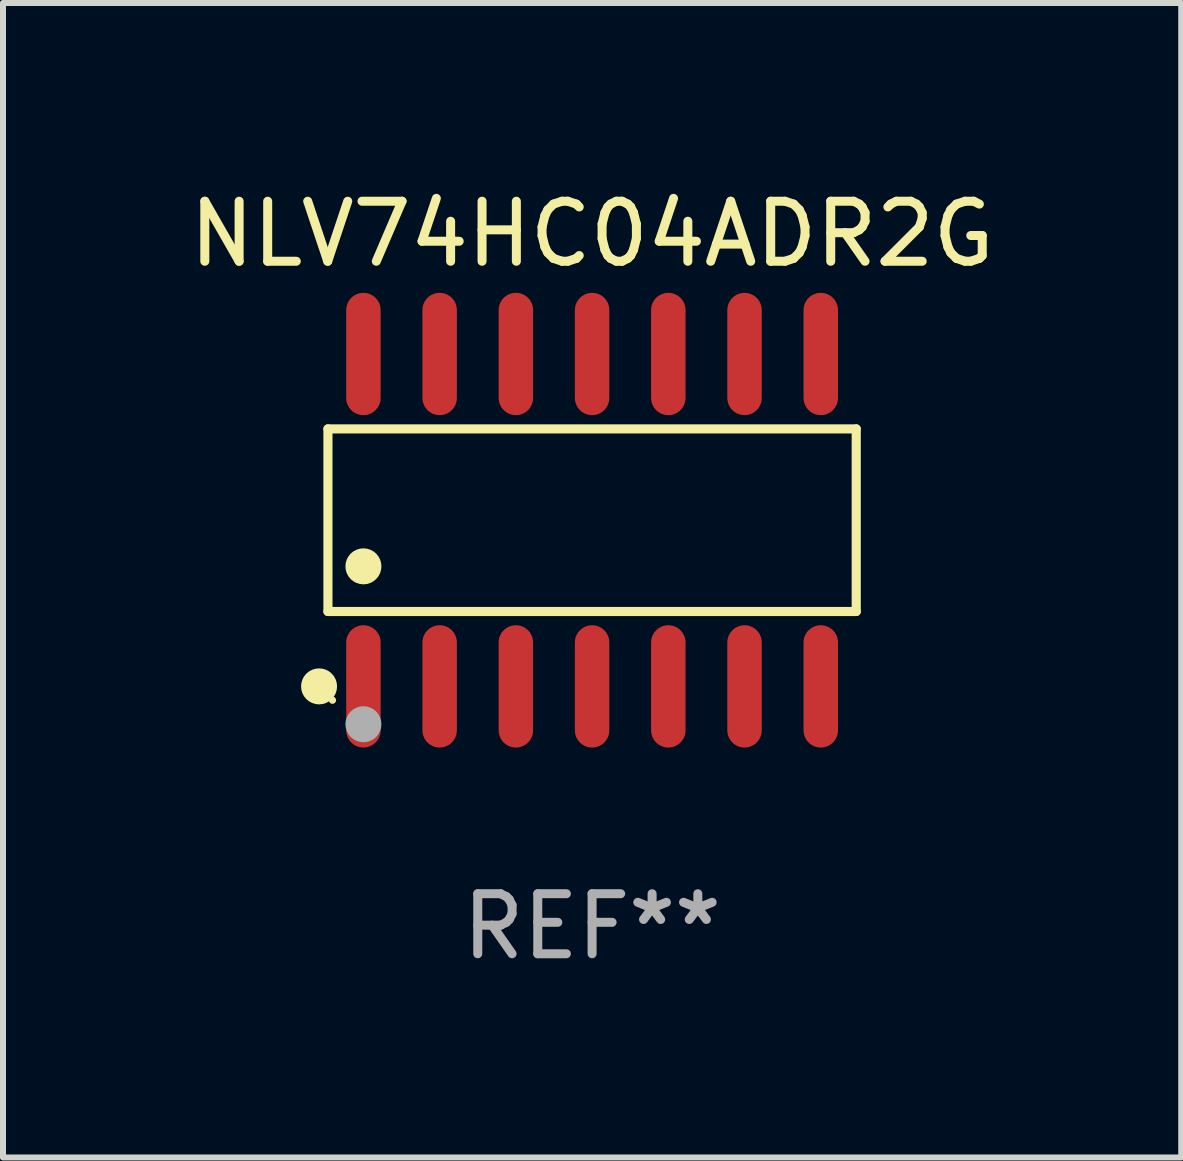
<source format=kicad_pcb>
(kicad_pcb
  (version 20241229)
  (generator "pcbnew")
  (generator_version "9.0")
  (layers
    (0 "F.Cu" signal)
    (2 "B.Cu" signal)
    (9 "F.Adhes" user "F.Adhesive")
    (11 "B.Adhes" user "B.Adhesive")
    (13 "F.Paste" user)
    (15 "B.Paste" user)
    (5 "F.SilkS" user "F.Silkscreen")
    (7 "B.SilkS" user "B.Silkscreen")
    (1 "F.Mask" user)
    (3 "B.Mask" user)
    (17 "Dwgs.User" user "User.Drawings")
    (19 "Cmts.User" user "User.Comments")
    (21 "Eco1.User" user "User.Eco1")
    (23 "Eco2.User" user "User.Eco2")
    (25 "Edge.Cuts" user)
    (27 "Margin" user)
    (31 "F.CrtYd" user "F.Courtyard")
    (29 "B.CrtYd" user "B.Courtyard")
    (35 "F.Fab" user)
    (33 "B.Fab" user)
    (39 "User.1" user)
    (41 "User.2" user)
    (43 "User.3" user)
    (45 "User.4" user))
  (footprint "NLV74HC04ADR2G"
    (layer "F.Cu")
    (at 6.815 5.617)
    (property "Reference" "NLV74HC04ADR2G" (at 0 -4.769 0) (layer "F.SilkS") (effects (font (size 1 1) (thickness 0.15))))
    (attr through_hole)
    (fp_line (start -4.401 -1.521) (end 4.401 -1.521) (stroke (width 0.152) (type solid)) (layer "F.SilkS"))
    (fp_line (start -4.401 1.521) (end -4.401 -1.521) (stroke (width 0.152) (type solid)) (layer "F.SilkS"))
    (fp_line (start 4.401 -1.521) (end 4.401 1.521) (stroke (width 0.152) (type solid)) (layer "F.SilkS"))
    (fp_line (start 4.401 1.521) (end -4.401 1.521) (stroke (width 0.152) (type solid)) (layer "F.SilkS"))
    (fp_circle (center -4.549 2.769) (end -4.399 2.769) (stroke (width 0.3) (type solid)) (fill no) (layer "F.SilkS"))
    (fp_circle (center -4.325 3) (end -4.295 3) (stroke (width 0.06) (type solid)) (fill no) (layer "F.SilkS"))
    (fp_circle (center -3.81 0.769) (end -3.66 0.769) (stroke (width 0.3) (type solid)) (fill no) (layer "F.SilkS"))
    (fp_circle (center -3.81 3.4) (end -3.66 3.4) (stroke (width 0.3) (type solid)) (fill no) (layer "F.Fab"))
    (fp_text user "REF**" (at 0 6.769 0) (layer "F.Fab") (effects (font (size 1 1) (thickness 0.15))))
    (pad "1" smd oval (at -3.81 2.769) (size 0.574 2.038) (layers "F.Cu" "F.Mask" "F.Paste"))
    (pad "2" smd oval (at -2.54 2.769) (size 0.574 2.038) (layers "F.Cu" "F.Mask" "F.Paste"))
    (pad "3" smd oval (at -1.27 2.769) (size 0.574 2.038) (layers "F.Cu" "F.Mask" "F.Paste"))
    (pad "4" smd oval (at 0 2.769) (size 0.574 2.038) (layers "F.Cu" "F.Mask" "F.Paste"))
    (pad "5" smd oval (at 1.27 2.769) (size 0.574 2.038) (layers "F.Cu" "F.Mask" "F.Paste"))
    (pad "6" smd oval (at 2.54 2.769) (size 0.574 2.038) (layers "F.Cu" "F.Mask" "F.Paste"))
    (pad "7" smd oval (at 3.81 2.769) (size 0.574 2.038) (layers "F.Cu" "F.Mask" "F.Paste"))
    (pad "8" smd oval (at 3.81 -2.769) (size 0.574 2.038) (layers "F.Cu" "F.Mask" "F.Paste"))
    (pad "9" smd oval (at 2.54 -2.769) (size 0.574 2.038) (layers "F.Cu" "F.Mask" "F.Paste"))
    (pad "10" smd oval (at 1.27 -2.769) (size 0.574 2.038) (layers "F.Cu" "F.Mask" "F.Paste"))
    (pad "11" smd oval (at 0 -2.769) (size 0.574 2.038) (layers "F.Cu" "F.Mask" "F.Paste"))
    (pad "12" smd oval (at -1.27 -2.769) (size 0.574 2.038) (layers "F.Cu" "F.Mask" "F.Paste"))
    (pad "13" smd oval (at -2.54 -2.769) (size 0.574 2.038) (layers "F.Cu" "F.Mask" "F.Paste"))
    (pad "14" smd oval (at -3.81 -2.769) (size 0.574 2.038) (layers "F.Cu" "F.Mask" "F.Paste")))
  (gr_rect
    (start -3 -3)
    (end 16.631 16.235)
    (stroke (width 0.1) (type default))
    (fill no)
    (layer "Edge.Cuts")))
</source>
